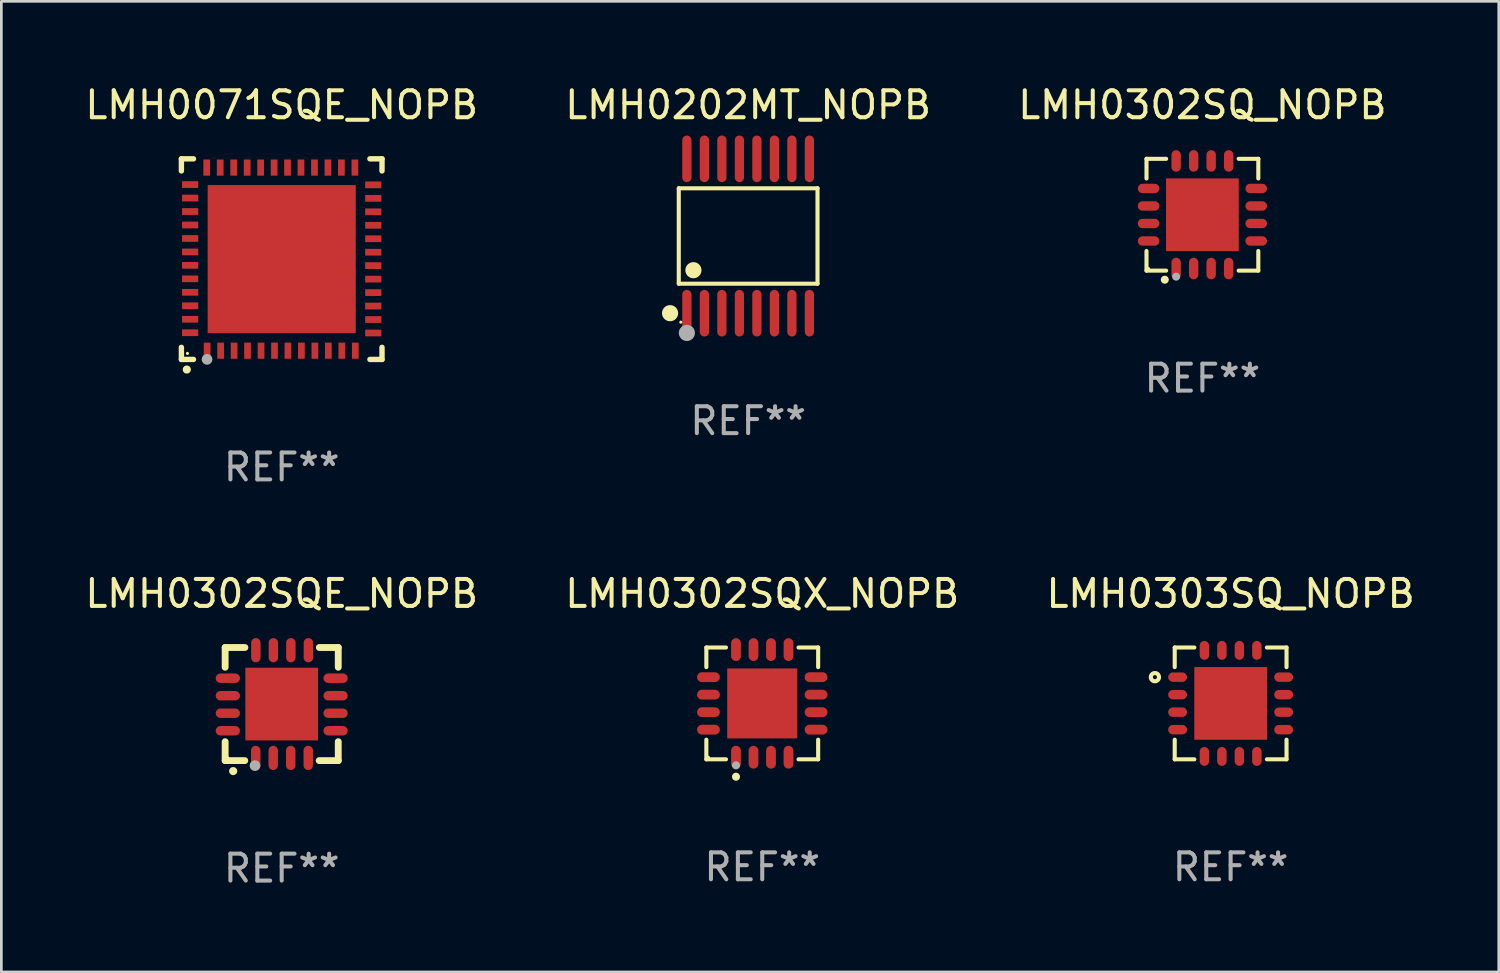
<source format=kicad_pcb>
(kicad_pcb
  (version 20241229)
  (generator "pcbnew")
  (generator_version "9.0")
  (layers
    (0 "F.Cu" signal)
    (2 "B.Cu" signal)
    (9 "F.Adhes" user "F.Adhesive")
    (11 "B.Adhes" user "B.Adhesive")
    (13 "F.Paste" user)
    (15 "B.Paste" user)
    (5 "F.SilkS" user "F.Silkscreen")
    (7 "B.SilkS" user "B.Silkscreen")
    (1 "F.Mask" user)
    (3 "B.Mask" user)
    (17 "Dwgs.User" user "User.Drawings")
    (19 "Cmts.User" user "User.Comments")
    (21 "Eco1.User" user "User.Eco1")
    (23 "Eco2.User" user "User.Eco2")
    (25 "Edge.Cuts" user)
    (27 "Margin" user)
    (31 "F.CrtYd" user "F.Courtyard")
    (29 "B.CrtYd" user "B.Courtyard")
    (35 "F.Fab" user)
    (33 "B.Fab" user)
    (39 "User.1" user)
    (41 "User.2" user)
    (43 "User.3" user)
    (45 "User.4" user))
  (footprint "LMH0071SQE_NOPB"
    (layer "F.Cu")
    (at 7.411 6.573)
    (property "Reference" "LMH0071SQE_NOPB" (at 0 -5.725 0) (layer "F.SilkS") (effects (font (size 1 1) (thickness 0.15))))
    (attr through_hole)
    (fp_line (start -3.725 -3.725) (end -3.275 -3.725) (stroke (width 0.2) (type solid)) (layer "F.SilkS"))
    (fp_line (start -3.725 -3.275) (end -3.725 -3.725) (stroke (width 0.2) (type solid)) (layer "F.SilkS"))
    (fp_line (start -3.725 3.725) (end -3.725 3.275) (stroke (width 0.2) (type solid)) (layer "F.SilkS"))
    (fp_line (start -3.275 3.725) (end -3.725 3.725) (stroke (width 0.2) (type solid)) (layer "F.SilkS"))
    (fp_line (start 3.275 3.725) (end 3.725 3.725) (stroke (width 0.2) (type solid)) (layer "F.SilkS"))
    (fp_line (start 3.725 -3.725) (end 3.275 -3.725) (stroke (width 0.2) (type solid)) (layer "F.SilkS"))
    (fp_line (start 3.725 -3.275) (end 3.725 -3.725) (stroke (width 0.2) (type solid)) (layer "F.SilkS"))
    (fp_line (start 3.725 3.725) (end 3.725 3.275) (stroke (width 0.2) (type solid)) (layer "F.SilkS"))
    (fp_arc (start -3.525527 4.099568) (mid -3.524257 4.099563) (end -3.522987 4.099568) (stroke (width 0.3) (type solid)) (layer "F.SilkS"))
    (fp_circle (center -3.5 3.501) (end -3.47 3.501) (stroke (width 0.06) (type solid)) (fill no) (layer "F.SilkS"))
    (fp_circle (center -2.772 3.722) (end -2.672 3.722) (stroke (width 0.2) (type solid)) (fill no) (layer "F.Fab"))
    (fp_text user "REF**" (at 0 7.725 0) (layer "F.Fab") (effects (font (size 1 1) (thickness 0.15))))
    (pad "1" smd rect (at -2.769 3.4 180) (size 0.25 0.6) (layers "F.Cu" "F.Mask" "F.Paste"))
    (pad "2" smd rect (at -2.268 3.4 180) (size 0.25 0.6) (layers "F.Cu" "F.Mask" "F.Paste"))
    (pad "3" smd rect (at -1.768 3.4 180) (size 0.25 0.6) (layers "F.Cu" "F.Mask" "F.Paste"))
    (pad "4" smd rect (at -1.268 3.4 180) (size 0.25 0.6) (layers "F.Cu" "F.Mask" "F.Paste"))
    (pad "5" smd rect (at -0.767 3.4 180) (size 0.25 0.6) (layers "F.Cu" "F.Mask" "F.Paste"))
    (pad "6" smd rect (at -0.267 3.4 180) (size 0.25 0.6) (layers "F.Cu" "F.Mask" "F.Paste"))
    (pad "7" smd rect (at 0.231 3.4 180) (size 0.25 0.6) (layers "F.Cu" "F.Mask" "F.Paste"))
    (pad "8" smd rect (at 0.731 3.4 180) (size 0.25 0.6) (layers "F.Cu" "F.Mask" "F.Paste"))
    (pad "9" smd rect (at 1.232 3.4 180) (size 0.25 0.6) (layers "F.Cu" "F.Mask" "F.Paste"))
    (pad "10" smd rect (at 1.732 3.4 180) (size 0.25 0.6) (layers "F.Cu" "F.Mask" "F.Paste"))
    (pad "11" smd rect (at 2.233 3.4 180) (size 0.25 0.6) (layers "F.Cu" "F.Mask" "F.Paste"))
    (pad "12" smd rect (at 2.733 3.4 180) (size 0.25 0.6) (layers "F.Cu" "F.Mask" "F.Paste"))
    (pad "13" smd rect (at 3.4 2.743 90) (size 0.25 0.6) (layers "F.Cu" "F.Mask" "F.Paste"))
    (pad "14" smd rect (at 3.4 2.243 90) (size 0.25 0.6) (layers "F.Cu" "F.Mask" "F.Paste"))
    (pad "15" smd rect (at 3.4 1.742 90) (size 0.25 0.6) (layers "F.Cu" "F.Mask" "F.Paste"))
    (pad "16" smd rect (at 3.4 1.242 90) (size 0.25 0.6) (layers "F.Cu" "F.Mask" "F.Paste"))
    (pad "17" smd rect (at 3.4 0.742 90) (size 0.25 0.6) (layers "F.Cu" "F.Mask" "F.Paste"))
    (pad "18" smd rect (at 3.4 0.241 90) (size 0.25 0.6) (layers "F.Cu" "F.Mask" "F.Paste"))
    (pad "19" smd rect (at 3.4 -0.257 90) (size 0.25 0.6) (layers "F.Cu" "F.Mask" "F.Paste"))
    (pad "20" smd rect (at 3.4 -0.757 90) (size 0.25 0.6) (layers "F.Cu" "F.Mask" "F.Paste"))
    (pad "21" smd rect (at 3.4 -1.257 90) (size 0.25 0.6) (layers "F.Cu" "F.Mask" "F.Paste"))
    (pad "22" smd rect (at 3.4 -1.758 90) (size 0.25 0.6) (layers "F.Cu" "F.Mask" "F.Paste"))
    (pad "23" smd rect (at 3.4 -2.258 90) (size 0.25 0.6) (layers "F.Cu" "F.Mask" "F.Paste"))
    (pad "24" smd rect (at 3.4 -2.759 90) (size 0.25 0.6) (layers "F.Cu" "F.Mask" "F.Paste"))
    (pad "25" smd rect (at 2.718 -3.4 180) (size 0.25 0.6) (layers "F.Cu" "F.Mask" "F.Paste"))
    (pad "26" smd rect (at 2.217 -3.4 180) (size 0.25 0.6) (layers "F.Cu" "F.Mask" "F.Paste"))
    (pad "27" smd rect (at 1.717 -3.4 180) (size 0.25 0.6) (layers "F.Cu" "F.Mask" "F.Paste"))
    (pad "28" smd rect (at 1.217 -3.4 180) (size 0.25 0.6) (layers "F.Cu" "F.Mask" "F.Paste"))
    (pad "29" smd rect (at 0.716 -3.4 180) (size 0.25 0.6) (layers "F.Cu" "F.Mask" "F.Paste"))
    (pad "30" smd rect (at 0.216 -3.4 180) (size 0.25 0.6) (layers "F.Cu" "F.Mask" "F.Paste"))
    (pad "31" smd rect (at -0.282 -3.4 180) (size 0.25 0.6) (layers "F.Cu" "F.Mask" "F.Paste"))
    (pad "32" smd rect (at -0.782 -3.4 180) (size 0.25 0.6) (layers "F.Cu" "F.Mask" "F.Paste"))
    (pad "33" smd rect (at -1.283 -3.4 180) (size 0.25 0.6) (layers "F.Cu" "F.Mask" "F.Paste"))
    (pad "34" smd rect (at -1.783 -3.4 180) (size 0.25 0.6) (layers "F.Cu" "F.Mask" "F.Paste"))
    (pad "35" smd rect (at -2.284 -3.4 180) (size 0.25 0.6) (layers "F.Cu" "F.Mask" "F.Paste"))
    (pad "36" smd rect (at -2.784 -3.4 180) (size 0.25 0.6) (layers "F.Cu" "F.Mask" "F.Paste"))
    (pad "37" smd rect (at -3.4 -2.769 90) (size 0.25 0.6) (layers "F.Cu" "F.Mask" "F.Paste"))
    (pad "38" smd rect (at -3.4 -2.268 90) (size 0.25 0.6) (layers "F.Cu" "F.Mask" "F.Paste"))
    (pad "39" smd rect (at -3.4 -1.768 90) (size 0.25 0.6) (layers "F.Cu" "F.Mask" "F.Paste"))
    (pad "40" smd rect (at -3.4 -1.268 90) (size 0.25 0.6) (layers "F.Cu" "F.Mask" "F.Paste"))
    (pad "41" smd rect (at -3.4 -0.767 90) (size 0.25 0.6) (layers "F.Cu" "F.Mask" "F.Paste"))
    (pad "42" smd rect (at -3.4 -0.267 90) (size 0.25 0.6) (layers "F.Cu" "F.Mask" "F.Paste"))
    (pad "43" smd rect (at -3.4 0.231 90) (size 0.25 0.6) (layers "F.Cu" "F.Mask" "F.Paste"))
    (pad "44" smd rect (at -3.4 0.731 90) (size 0.25 0.6) (layers "F.Cu" "F.Mask" "F.Paste"))
    (pad "45" smd rect (at -3.4 1.232 90) (size 0.25 0.6) (layers "F.Cu" "F.Mask" "F.Paste"))
    (pad "46" smd rect (at -3.4 1.732 90) (size 0.25 0.6) (layers "F.Cu" "F.Mask" "F.Paste"))
    (pad "47" smd rect (at -3.4 2.233 90) (size 0.25 0.6) (layers "F.Cu" "F.Mask" "F.Paste"))
    (pad "48" smd rect (at -3.4 2.733 90) (size 0.25 0.6) (layers "F.Cu" "F.Mask" "F.Paste"))
    (pad "49" smd rect (at -0.000076 -0.000076 90) (size 5.5 5.5) (layers "F.Cu" "F.Mask" "F.Paste")))
  (footprint "LMH0302SQE_NOPB"
    (layer "F.Cu")
    (at 7.411 23.095)
    (property "Reference" "LMH0302SQE_NOPB" (at 0 -4.1 0) (layer "F.SilkS") (effects (font (size 1 1) (thickness 0.15))))
    (attr through_hole)
    (fp_line (start -2.1 -2.1) (end -1.366 -2.1) (stroke (width 0.254) (type solid)) (layer "F.SilkS"))
    (fp_line (start -2.1 -1.366) (end -2.1 -2.1) (stroke (width 0.254) (type solid)) (layer "F.SilkS"))
    (fp_line (start -2.1 2.1) (end -2.1 1.397) (stroke (width 0.254) (type solid)) (layer "F.SilkS"))
    (fp_line (start -2.1 2.1) (end -1.371 2.1) (stroke (width 0.254) (type solid)) (layer "F.SilkS"))
    (fp_line (start 1.392 2.1) (end 2.1 2.1) (stroke (width 0.254) (type solid)) (layer "F.SilkS"))
    (fp_line (start 1.397 -2.1) (end 2.1 -2.1) (stroke (width 0.254) (type solid)) (layer "F.SilkS"))
    (fp_line (start 2.1 -1.366) (end 2.1 -2.1) (stroke (width 0.254) (type solid)) (layer "F.SilkS"))
    (fp_line (start 2.1 2.1) (end 2.1 1.397) (stroke (width 0.254) (type solid)) (layer "F.SilkS"))
    (fp_arc (start -1.803404 2.489205) (mid -1.802134 2.4892) (end -1.800864 2.489205) (stroke (width 0.3) (type solid)) (layer "F.SilkS"))
    (fp_circle (center -2 2) (end -1.97 2) (stroke (width 0.06) (type solid)) (fill no) (layer "F.SilkS"))
    (fp_circle (center -0.991 2.286) (end -0.891 2.286) (stroke (width 0.2) (type solid)) (fill no) (layer "F.Fab"))
    (fp_text user "REF**" (at 0 6.1 0) (layer "F.Fab") (effects (font (size 1 1) (thickness 0.15))))
    (pad "1" smd oval (at -0.965 2) (size 0.35 0.9) (layers "F.Cu" "F.Mask" "F.Paste"))
    (pad "2" smd oval (at -0.315 2) (size 0.35 0.9) (layers "F.Cu" "F.Mask" "F.Paste"))
    (pad "3" smd oval (at 0.335 2) (size 0.35 0.9) (layers "F.Cu" "F.Mask" "F.Paste"))
    (pad "4" smd oval (at 0.986 2) (size 0.35 0.9) (layers "F.Cu" "F.Mask" "F.Paste"))
    (pad "5" smd oval (at 2 0.991 90) (size 0.35 0.9) (layers "F.Cu" "F.Mask" "F.Paste"))
    (pad "6" smd oval (at 2 0.34 90) (size 0.35 0.9) (layers "F.Cu" "F.Mask" "F.Paste"))
    (pad "7" smd oval (at 2 -0.31 90) (size 0.35 0.9) (layers "F.Cu" "F.Mask" "F.Paste"))
    (pad "8" smd oval (at 2 -0.96 90) (size 0.35 0.9) (layers "F.Cu" "F.Mask" "F.Paste"))
    (pad "9" smd oval (at 0.991 -2) (size 0.35 0.9) (layers "F.Cu" "F.Mask" "F.Paste"))
    (pad "10" smd oval (at 0.34 -2) (size 0.35 0.9) (layers "F.Cu" "F.Mask" "F.Paste"))
    (pad "11" smd oval (at -0.31 -2) (size 0.35 0.9) (layers "F.Cu" "F.Mask" "F.Paste"))
    (pad "12" smd oval (at -0.96 -2) (size 0.35 0.9) (layers "F.Cu" "F.Mask" "F.Paste"))
    (pad "13" smd oval (at -2 -0.96 90) (size 0.35 0.9) (layers "F.Cu" "F.Mask" "F.Paste"))
    (pad "14" smd oval (at -2 -0.31 90) (size 0.35 0.9) (layers "F.Cu" "F.Mask" "F.Paste"))
    (pad "15" smd oval (at -2 0.34 90) (size 0.35 0.9) (layers "F.Cu" "F.Mask" "F.Paste"))
    (pad "16" smd oval (at -2 0.991 90) (size 0.35 0.9) (layers "F.Cu" "F.Mask" "F.Paste"))
    (pad "17" smd rect (at 0 0 90) (size 2.7 2.7) (layers "F.Cu" "F.Mask" "F.Paste")))
  (footprint "LMH0303SQ_NOPB"
    (layer "F.Cu")
    (at 42.649 23.071)
    (property "Reference" "LMH0303SQ_NOPB" (at 0 -4.076 0) (layer "F.SilkS") (effects (font (size 1 1) (thickness 0.15))))
    (attr through_hole)
    (fp_line (start -2.076 -2.076) (end -2.076 -1.347) (stroke (width 0.152) (type solid)) (layer "F.SilkS"))
    (fp_line (start -2.076 2.076) (end -2.076 1.347) (stroke (width 0.152) (type solid)) (layer "F.SilkS"))
    (fp_line (start -1.347 -2.076) (end -2.076 -2.076) (stroke (width 0.152) (type solid)) (layer "F.SilkS"))
    (fp_line (start -1.347 2.076) (end -2.076 2.076) (stroke (width 0.152) (type solid)) (layer "F.SilkS"))
    (fp_line (start 1.347 -2.076) (end 2.076 -2.076) (stroke (width 0.152) (type solid)) (layer "F.SilkS"))
    (fp_line (start 1.347 2.076) (end 2.076 2.076) (stroke (width 0.152) (type solid)) (layer "F.SilkS"))
    (fp_line (start 2.076 -2.076) (end 2.076 -1.347) (stroke (width 0.152) (type solid)) (layer "F.SilkS"))
    (fp_line (start 2.076 2.076) (end 2.076 1.347) (stroke (width 0.152) (type solid)) (layer "F.SilkS"))
    (fp_circle (center -2.812 -0.975) (end -2.736 -0.975) (stroke (width 0.153) (type solid)) (fill no) (layer "F.SilkS"))
    (fp_text user "REF**" (at 0 6.076 0) (layer "F.Fab") (effects (font (size 1 1) (thickness 0.15))))
    (pad "1" smd oval (at -1.969 -0.975 270) (size 0.35 0.7) (layers "F.Cu" "F.Mask" "F.Paste"))
    (pad "2" smd oval (at -1.969 -0.325 270) (size 0.35 0.7) (layers "F.Cu" "F.Mask" "F.Paste"))
    (pad "3" smd oval (at -1.969 0.325 270) (size 0.35 0.7) (layers "F.Cu" "F.Mask" "F.Paste"))
    (pad "4" smd oval (at -1.969 0.975 270) (size 0.35 0.7) (layers "F.Cu" "F.Mask" "F.Paste"))
    (pad "5" smd oval (at -0.975 1.969 270) (size 0.7 0.35) (layers "F.Cu" "F.Mask" "F.Paste"))
    (pad "6" smd oval (at -0.325 1.969 270) (size 0.7 0.35) (layers "F.Cu" "F.Mask" "F.Paste"))
    (pad "7" smd oval (at 0.325 1.969 270) (size 0.7 0.35) (layers "F.Cu" "F.Mask" "F.Paste"))
    (pad "8" smd oval (at 0.975 1.969 270) (size 0.7 0.35) (layers "F.Cu" "F.Mask" "F.Paste"))
    (pad "9" smd oval (at 1.969 0.975 270) (size 0.35 0.7) (layers "F.Cu" "F.Mask" "F.Paste"))
    (pad "10" smd oval (at 1.969 0.325 270) (size 0.35 0.7) (layers "F.Cu" "F.Mask" "F.Paste"))
    (pad "11" smd oval (at 1.969 -0.325 270) (size 0.35 0.7) (layers "F.Cu" "F.Mask" "F.Paste"))
    (pad "12" smd oval (at 1.969 -0.975 270) (size 0.35 0.7) (layers "F.Cu" "F.Mask" "F.Paste"))
    (pad "13" smd oval (at 0.975 -1.969 270) (size 0.7 0.35) (layers "F.Cu" "F.Mask" "F.Paste"))
    (pad "14" smd oval (at 0.325 -1.969 270) (size 0.7 0.35) (layers "F.Cu" "F.Mask" "F.Paste"))
    (pad "15" smd oval (at -0.325 -1.969 270) (size 0.7 0.35) (layers "F.Cu" "F.Mask" "F.Paste"))
    (pad "16" smd oval (at -0.975 -1.969 270) (size 0.7 0.35) (layers "F.Cu" "F.Mask" "F.Paste"))
    (pad "17" smd rect (at 0 0) (size 2.7 2.7) (layers "F.Cu" "F.Mask" "F.Paste")))
  (footprint "LMH0302SQX_NOPB"
    (layer "F.Cu")
    (at 25.256 23.071)
    (property "Reference" "LMH0302SQX_NOPB" (at 0 -4.076 0) (layer "F.SilkS") (effects (font (size 1 1) (thickness 0.15))))
    (attr through_hole)
    (fp_line (start -2.076 -2.076) (end -1.347 -2.076) (stroke (width 0.152) (type solid)) (layer "F.SilkS"))
    (fp_line (start -2.076 -1.347) (end -2.076 -2.076) (stroke (width 0.152) (type solid)) (layer "F.SilkS"))
    (fp_line (start -2.076 1.347) (end -2.076 2.076) (stroke (width 0.152) (type solid)) (layer "F.SilkS"))
    (fp_line (start -2.076 2.076) (end -1.347 2.076) (stroke (width 0.152) (type solid)) (layer "F.SilkS"))
    (fp_line (start 2.076 -2.076) (end 1.347 -2.076) (stroke (width 0.152) (type solid)) (layer "F.SilkS"))
    (fp_line (start 2.076 -1.347) (end 2.076 -2.076) (stroke (width 0.152) (type solid)) (layer "F.SilkS"))
    (fp_line (start 2.076 1.347) (end 2.076 2.076) (stroke (width 0.152) (type solid)) (layer "F.SilkS"))
    (fp_line (start 2.076 2.076) (end 1.347 2.076) (stroke (width 0.152) (type solid)) (layer "F.SilkS"))
    (fp_circle (center -2 2) (end -1.97 2) (stroke (width 0.06) (type solid)) (fill no) (layer "F.SilkS"))
    (fp_circle (center -0.975 2.722) (end -0.9 2.722) (stroke (width 0.15) (type solid)) (fill no) (layer "F.SilkS"))
    (fp_circle (center -0.975 2.3) (end -0.9 2.3) (stroke (width 0.15) (type solid)) (fill no) (layer "F.Fab"))
    (fp_text user "REF**" (at 0 6.076 0) (layer "F.Fab") (effects (font (size 1 1) (thickness 0.15))))
    (pad "1" smd oval (at -0.975 1.998) (size 0.364 0.847) (layers "F.Cu" "F.Mask" "F.Paste"))
    (pad "2" smd oval (at -0.325 1.998) (size 0.364 0.847) (layers "F.Cu" "F.Mask" "F.Paste"))
    (pad "3" smd oval (at 0.325 1.998) (size 0.364 0.847) (layers "F.Cu" "F.Mask" "F.Paste"))
    (pad "4" smd oval (at 0.975 1.998) (size 0.364 0.847) (layers "F.Cu" "F.Mask" "F.Paste"))
    (pad "5" smd oval (at 1.998 0.975) (size 0.847 0.364) (layers "F.Cu" "F.Mask" "F.Paste"))
    (pad "6" smd oval (at 1.998 0.325) (size 0.847 0.364) (layers "F.Cu" "F.Mask" "F.Paste"))
    (pad "7" smd oval (at 1.998 -0.325) (size 0.847 0.364) (layers "F.Cu" "F.Mask" "F.Paste"))
    (pad "8" smd oval (at 1.998 -0.975) (size 0.847 0.364) (layers "F.Cu" "F.Mask" "F.Paste"))
    (pad "9" smd oval (at 0.975 -1.998) (size 0.364 0.847) (layers "F.Cu" "F.Mask" "F.Paste"))
    (pad "10" smd oval (at 0.325 -1.998) (size 0.364 0.847) (layers "F.Cu" "F.Mask" "F.Paste"))
    (pad "11" smd oval (at -0.325 -1.998) (size 0.364 0.847) (layers "F.Cu" "F.Mask" "F.Paste"))
    (pad "12" smd oval (at -0.975 -1.998) (size 0.364 0.847) (layers "F.Cu" "F.Mask" "F.Paste"))
    (pad "13" smd oval (at -1.998 -0.975) (size 0.847 0.364) (layers "F.Cu" "F.Mask" "F.Paste"))
    (pad "14" smd oval (at -1.998 -0.325) (size 0.847 0.364) (layers "F.Cu" "F.Mask" "F.Paste"))
    (pad "15" smd oval (at -1.998 0.325) (size 0.847 0.364) (layers "F.Cu" "F.Mask" "F.Paste"))
    (pad "16" smd oval (at -1.998 0.975) (size 0.847 0.364) (layers "F.Cu" "F.Mask" "F.Paste"))
    (pad "17" smd rect (at 0 0) (size 2.6 2.6) (layers "F.Cu" "F.Mask" "F.Paste")))
  (footprint "LMH0302SQ_NOPB"
    (layer "F.Cu")
    (at 41.601 4.924)
    (property "Reference" "LMH0302SQ_NOPB" (at 0 -4.076 0) (layer "F.SilkS") (effects (font (size 1 1) (thickness 0.15))))
    (attr through_hole)
    (fp_line (start -2.076 -2.076) (end -1.347 -2.076) (stroke (width 0.152) (type solid)) (layer "F.SilkS"))
    (fp_line (start -2.076 -1.347) (end -2.076 -2.076) (stroke (width 0.152) (type solid)) (layer "F.SilkS"))
    (fp_line (start -2.076 1.347) (end -2.076 2.076) (stroke (width 0.152) (type solid)) (layer "F.SilkS"))
    (fp_line (start -2.076 2.076) (end -1.347 2.076) (stroke (width 0.152) (type solid)) (layer "F.SilkS"))
    (fp_line (start 2.076 -2.076) (end 1.347 -2.076) (stroke (width 0.152) (type solid)) (layer "F.SilkS"))
    (fp_line (start 2.076 -1.347) (end 2.076 -2.076) (stroke (width 0.152) (type solid)) (layer "F.SilkS"))
    (fp_line (start 2.076 1.347) (end 2.076 2.076) (stroke (width 0.152) (type solid)) (layer "F.SilkS"))
    (fp_line (start 2.076 2.076) (end 1.347 2.076) (stroke (width 0.152) (type solid)) (layer "F.SilkS"))
    (fp_circle (center -2 2) (end -1.97 2) (stroke (width 0.06) (type solid)) (fill no) (layer "F.SilkS"))
    (fp_circle (center -1.397 2.413) (end -1.322 2.413) (stroke (width 0.15) (type solid)) (fill no) (layer "F.SilkS"))
    (fp_circle (center -0.975 2.3) (end -0.9 2.3) (stroke (width 0.15) (type solid)) (fill no) (layer "F.Fab"))
    (fp_text user "REF**" (at 0 6.076 0) (layer "F.Fab") (effects (font (size 1 1) (thickness 0.15))))
    (pad "1" smd oval (at -0.975 1.998) (size 0.35 0.8) (layers "F.Cu" "F.Mask" "F.Paste"))
    (pad "2" smd oval (at -0.325 1.998) (size 0.35 0.8) (layers "F.Cu" "F.Mask" "F.Paste"))
    (pad "3" smd oval (at 0.325 1.998) (size 0.35 0.8) (layers "F.Cu" "F.Mask" "F.Paste"))
    (pad "4" smd oval (at 0.975 1.998) (size 0.35 0.8) (layers "F.Cu" "F.Mask" "F.Paste"))
    (pad "5" smd oval (at 1.998 0.975) (size 0.8 0.35) (layers "F.Cu" "F.Mask" "F.Paste"))
    (pad "6" smd oval (at 1.998 0.325) (size 0.8 0.35) (layers "F.Cu" "F.Mask" "F.Paste"))
    (pad "7" smd oval (at 1.998 -0.325) (size 0.8 0.35) (layers "F.Cu" "F.Mask" "F.Paste"))
    (pad "8" smd oval (at 1.998 -0.975) (size 0.8 0.35) (layers "F.Cu" "F.Mask" "F.Paste"))
    (pad "9" smd oval (at 0.975 -1.998) (size 0.35 0.8) (layers "F.Cu" "F.Mask" "F.Paste"))
    (pad "10" smd oval (at 0.325 -1.998) (size 0.35 0.8) (layers "F.Cu" "F.Mask" "F.Paste"))
    (pad "11" smd oval (at -0.325 -1.998) (size 0.35 0.8) (layers "F.Cu" "F.Mask" "F.Paste"))
    (pad "12" smd oval (at -0.975 -1.998) (size 0.35 0.8) (layers "F.Cu" "F.Mask" "F.Paste"))
    (pad "13" smd oval (at -1.998 -0.975) (size 0.8 0.35) (layers "F.Cu" "F.Mask" "F.Paste"))
    (pad "14" smd oval (at -1.998 -0.325) (size 0.8 0.35) (layers "F.Cu" "F.Mask" "F.Paste"))
    (pad "15" smd oval (at -1.998 0.325) (size 0.8 0.35) (layers "F.Cu" "F.Mask" "F.Paste"))
    (pad "16" smd oval (at -1.998 0.975) (size 0.8 0.35) (layers "F.Cu" "F.Mask" "F.Paste"))
    (pad "17" smd rect (at 0 0) (size 2.7 2.7) (layers "F.Cu" "F.Mask" "F.Paste")))
  (footprint "LMH0202MT_NOPB"
    (layer "F.Cu")
    (at 24.732 5.714)
    (property "Reference" "LMH0202MT_NOPB" (at 0 -4.866 0) (layer "F.SilkS") (effects (font (size 1 1) (thickness 0.15))))
    (attr through_hole)
    (fp_line (start -2.576 -1.772) (end 2.576 -1.772) (stroke (width 0.152) (type solid)) (layer "F.SilkS"))
    (fp_line (start -2.576 1.771) (end -2.576 -1.772) (stroke (width 0.152) (type solid)) (layer "F.SilkS"))
    (fp_line (start 2.576 -1.772) (end 2.576 1.771) (stroke (width 0.152) (type solid)) (layer "F.SilkS"))
    (fp_line (start 2.576 1.771) (end -2.576 1.771) (stroke (width 0.152) (type solid)) (layer "F.SilkS"))
    (fp_circle (center -2.899 2.866) (end -2.749 2.866) (stroke (width 0.3) (type solid)) (fill no) (layer "F.SilkS"))
    (fp_circle (center -2.5 3.2) (end -2.47 3.2) (stroke (width 0.06) (type solid)) (fill no) (layer "F.SilkS"))
    (fp_circle (center -2.032 1.27) (end -1.882 1.27) (stroke (width 0.3) (type solid)) (fill no) (layer "F.SilkS"))
    (fp_circle (center -2.275 3.6) (end -2.125 3.6) (stroke (width 0.3) (type solid)) (fill no) (layer "F.Fab"))
    (fp_text user "REF**" (at 0 6.866 0) (layer "F.Fab") (effects (font (size 1 1) (thickness 0.15))))
    (pad "1" smd oval (at -2.275 2.866) (size 0.343 1.731) (layers "F.Cu" "F.Mask" "F.Paste"))
    (pad "2" smd oval (at -1.625 2.866) (size 0.343 1.731) (layers "F.Cu" "F.Mask" "F.Paste"))
    (pad "3" smd oval (at -0.975 2.866) (size 0.343 1.731) (layers "F.Cu" "F.Mask" "F.Paste"))
    (pad "4" smd oval (at -0.325 2.866) (size 0.343 1.731) (layers "F.Cu" "F.Mask" "F.Paste"))
    (pad "5" smd oval (at 0.325 2.866) (size 0.343 1.731) (layers "F.Cu" "F.Mask" "F.Paste"))
    (pad "6" smd oval (at 0.975 2.866) (size 0.343 1.731) (layers "F.Cu" "F.Mask" "F.Paste"))
    (pad "7" smd oval (at 1.625 2.866) (size 0.343 1.731) (layers "F.Cu" "F.Mask" "F.Paste"))
    (pad "8" smd oval (at 2.275 2.866) (size 0.343 1.731) (layers "F.Cu" "F.Mask" "F.Paste"))
    (pad "9" smd oval (at 2.275 -2.866) (size 0.343 1.731) (layers "F.Cu" "F.Mask" "F.Paste"))
    (pad "10" smd oval (at 1.625 -2.866) (size 0.343 1.731) (layers "F.Cu" "F.Mask" "F.Paste"))
    (pad "11" smd oval (at 0.975 -2.866) (size 0.343 1.731) (layers "F.Cu" "F.Mask" "F.Paste"))
    (pad "12" smd oval (at 0.325 -2.866) (size 0.343 1.731) (layers "F.Cu" "F.Mask" "F.Paste"))
    (pad "13" smd oval (at -0.325 -2.866) (size 0.343 1.731) (layers "F.Cu" "F.Mask" "F.Paste"))
    (pad "14" smd oval (at -0.975 -2.866) (size 0.343 1.731) (layers "F.Cu" "F.Mask" "F.Paste"))
    (pad "15" smd oval (at -1.625 -2.866) (size 0.343 1.731) (layers "F.Cu" "F.Mask" "F.Paste"))
    (pad "16" smd oval (at -2.275 -2.866) (size 0.343 1.731) (layers "F.Cu" "F.Mask" "F.Paste")))
  (gr_rect
    (start -3 -3)
    (end 52.607 33.043)
    (stroke (width 0.1) (type default))
    (fill no)
    (layer "Edge.Cuts")))
</source>
